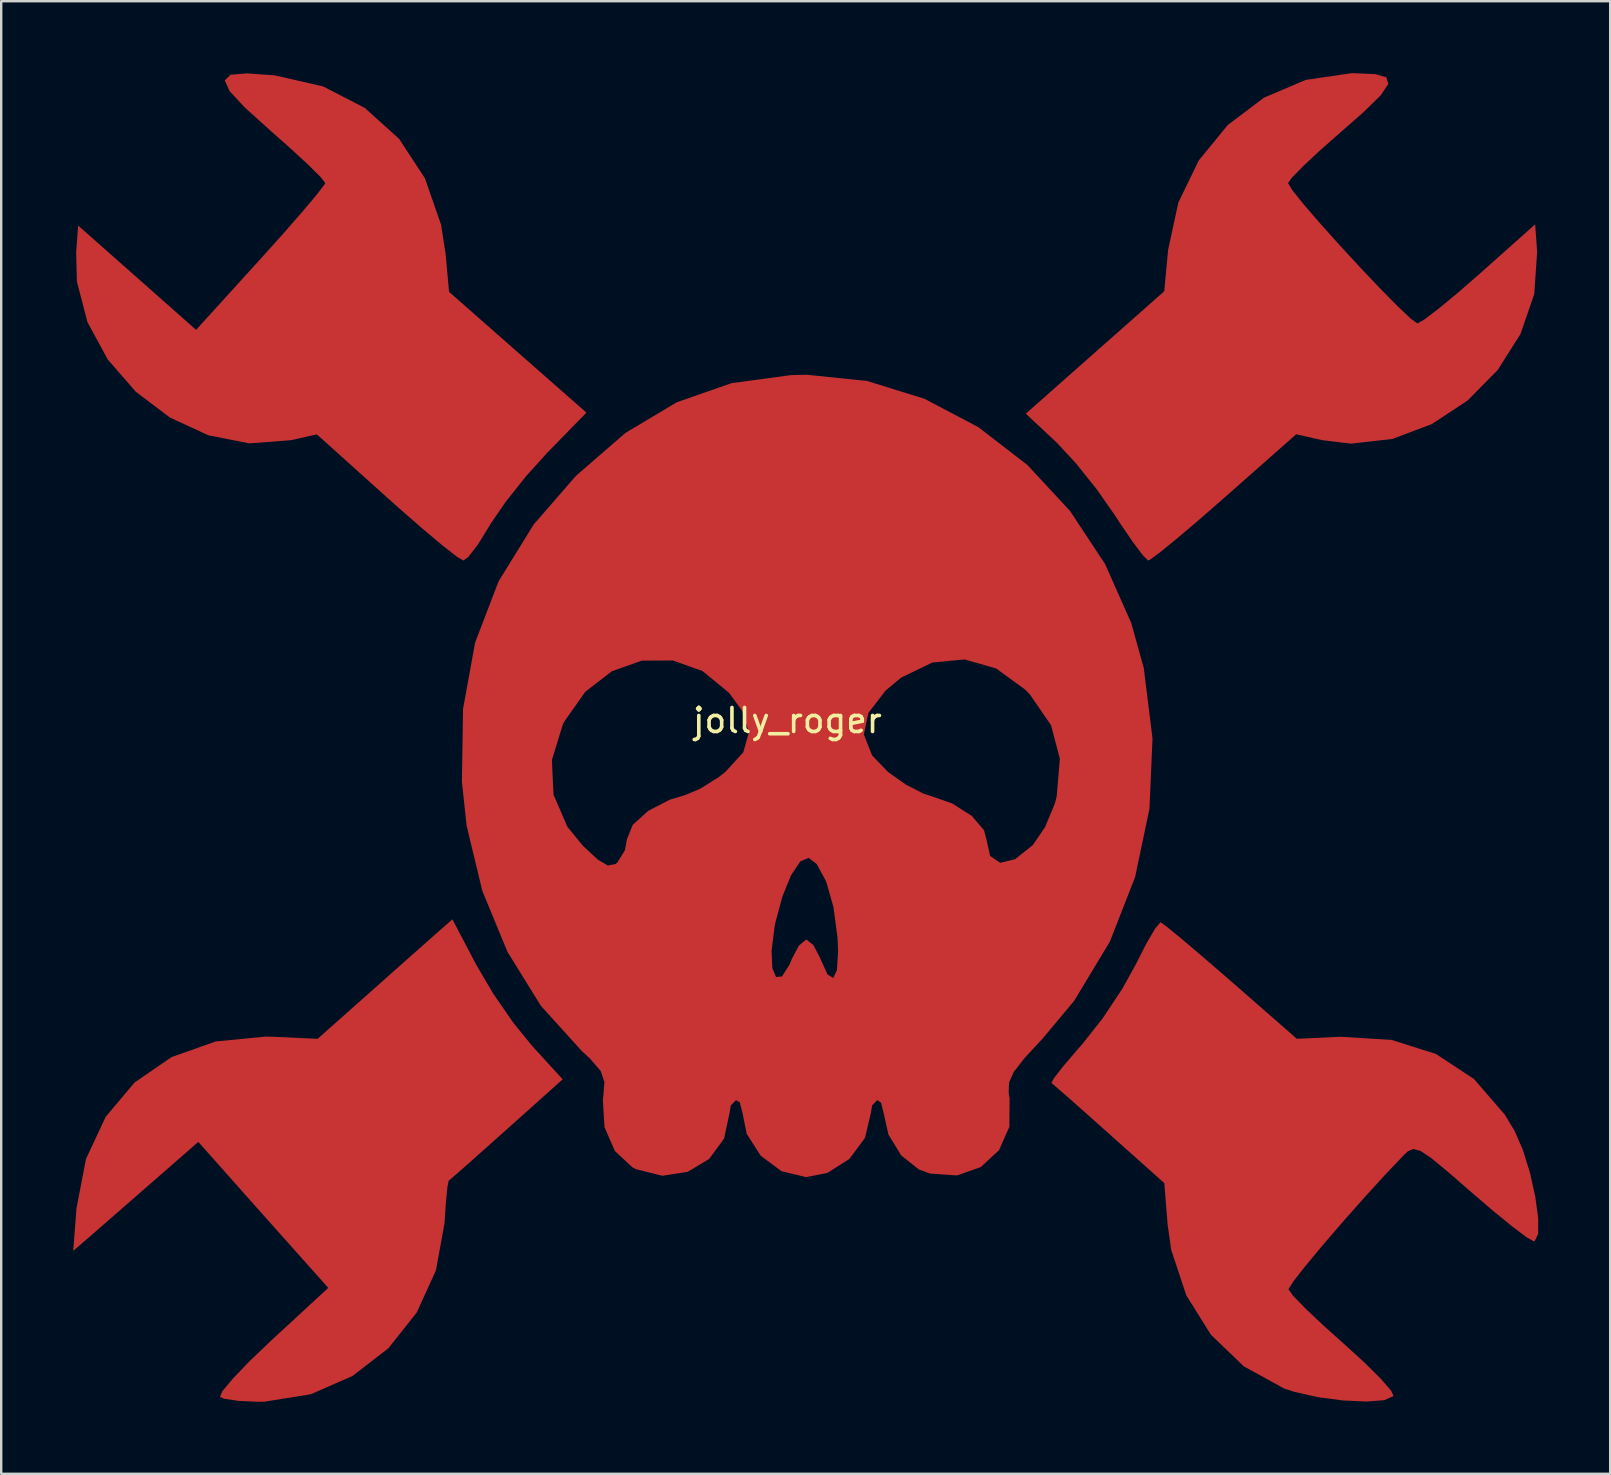
<source format=kicad_pcb>
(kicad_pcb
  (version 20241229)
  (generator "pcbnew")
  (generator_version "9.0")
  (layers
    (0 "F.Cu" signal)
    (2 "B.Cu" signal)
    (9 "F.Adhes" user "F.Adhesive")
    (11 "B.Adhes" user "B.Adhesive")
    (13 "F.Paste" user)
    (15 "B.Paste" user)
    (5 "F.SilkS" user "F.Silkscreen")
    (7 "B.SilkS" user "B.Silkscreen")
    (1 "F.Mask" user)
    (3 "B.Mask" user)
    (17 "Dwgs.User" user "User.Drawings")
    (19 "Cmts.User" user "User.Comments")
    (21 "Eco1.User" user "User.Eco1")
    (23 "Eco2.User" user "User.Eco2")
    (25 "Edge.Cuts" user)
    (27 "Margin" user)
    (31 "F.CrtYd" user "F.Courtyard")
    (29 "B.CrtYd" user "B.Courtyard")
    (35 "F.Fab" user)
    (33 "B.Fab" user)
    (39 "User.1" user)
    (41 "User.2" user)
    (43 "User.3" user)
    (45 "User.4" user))
  (footprint "jolly_roger"
    (layer "F.Cu")
    (at 29.749 26.465)
    (property "Reference" "jolly_roger" (at 0 0.5 0) (layer "F.SilkS") (effects (font (size 1 1) (thickness 0.15))))
    (attr through_hole)
    (pad "1" smd custom (at 0 0) (size 0.001 0.001) (layers "F.Cu" "F.Mask" "F.Paste") (options (anchor rect)) (primitives (gr_poly (pts (xy -12.942 10.707) (xy -12.254 11.874) (xy -11.426 13.075) (xy -10.645 14.04) (xy -9.361 15.445) (xy -11.699 17.537) (xy -12.619 18.358) (xy -13.382 19.036) (xy -13.907 19.497) (xy -14.111 19.67) (xy -14.163 19.936) (xy -14.226 20.591) (xy -14.283 21.44) (xy -14.64 23.402) (xy -15.439 25.157) (xy -16.617 26.643) (xy -18.109 27.798) (xy -19.851 28.562) (xy -21.78 28.872) (xy -22.023 28.876) (xy -22.857 28.841) (xy -23.46 28.751) (xy -23.638 28.677) (xy -23.532 28.43) (xy -23.094 27.906) (xy -22.396 27.179) (xy -21.505 26.327) (xy -21.481 26.305) (xy -19.125 24.132) (xy -20.725 22.338) (xy -21.619 21.335) (xy -22.538 20.303) (xy -23.308 19.436) (xy -23.432 19.297) (xy -24.539 18.051) (xy -26.507 19.769) (xy -27.435 20.579) (xy -28.28 21.316) (xy -28.914 21.868) (xy -29.112 22.04) (xy -29.749 22.593) (xy -29.613 20.817) (xy -29.218 18.764) (xy -28.396 17.004) (xy -27.193 15.576) (xy -25.651 14.518) (xy -23.816 13.868) (xy -21.73 13.664) (xy -21.409 13.673) (xy -19.569 13.758) (xy -17.338 11.776) (xy -16.372 10.918) (xy -15.501 10.145) (xy -14.835 9.555) (xy -14.531 9.286) (xy -13.955 8.779) (xy -12.942 10.707)) (width 0) (fill yes))))
    (pad "2" smd custom (at 0 0) (size 0.001 0.001) (layers "F.Cu" "F.Mask" "F.Paste") (options (anchor rect)) (primitives (gr_poly (pts (xy 15.808 9.092) (xy 16.387 9.565) (xy 17.208 10.26) (xy 18.193 11.11) (xy 18.476 11.356) (xy 21.221 13.756) (xy 23.037 13.672) (xy 25.159 13.801) (xy 27.017 14.389) (xy 28.597 15.429) (xy 29.882 16.913) (xy 30.289 17.589) (xy 30.639 18.389) (xy 30.934 19.347) (xy 31.154 20.335) (xy 31.274 21.223) (xy 31.274 21.883) (xy 31.129 22.185) (xy 31.091 22.192) (xy 30.794 22.025) (xy 30.191 21.571) (xy 29.37 20.901) (xy 28.492 20.148) (xy 27.492 19.278) (xy 26.809 18.717) (xy 26.362 18.421) (xy 26.068 18.345) (xy 25.843 18.444) (xy 25.667 18.61) (xy 24.866 19.456) (xy 23.983 20.425) (xy 23.091 21.433) (xy 22.262 22.397) (xy 21.569 23.232) (xy 21.083 23.854) (xy 20.877 24.178) (xy 20.875 24.195) (xy 21.073 24.469) (xy 21.596 25.008) (xy 22.361 25.729) (xy 23.146 26.431) (xy 24.032 27.236) (xy 24.727 27.927) (xy 25.154 28.424) (xy 25.249 28.637) (xy 24.869 28.809) (xy 24.117 28.867) (xy 23.139 28.821) (xy 22.084 28.681) (xy 21.098 28.457) (xy 20.675 28.316) (xy 19.013 27.401) (xy 17.641 26.083) (xy 16.615 24.44) (xy 15.988 22.548) (xy 15.839 21.497) (xy 15.7 19.768) (xy 13.398 17.712) (xy 12.482 16.895) (xy 11.72 16.221) (xy 11.197 15.763) (xy 10.997 15.594) (xy 11.114 15.382) (xy 11.512 14.874) (xy 12.114 14.171) (xy 12.281 13.982) (xy 13.126 12.914) (xy 13.953 11.67) (xy 14.519 10.644) (xy 14.953 9.79) (xy 15.314 9.173) (xy 15.535 8.908) (xy 15.552 8.906) (xy 15.808 9.092)) (width 0) (fill yes))))
    (pad "3" smd custom (at 0 0) (size 0.001 0.001) (layers "F.Cu" "F.Mask" "F.Paste") (options (anchor rect)) (primitives (gr_poly (pts (xy 3.319 -13.645) (xy 5.715 -12.901) (xy 7.959 -11.718) (xy 9.996 -10.146) (xy 11.773 -8.231) (xy 13.233 -6.02) (xy 14.324 -3.562) (xy 14.845 -1.688) (xy 15.209 1.247) (xy 15.082 4.174) (xy 14.484 7.018) (xy 13.434 9.706) (xy 11.953 12.163) (xy 10.643 13.734) (xy 9.879 14.56) (xy 9.432 15.132) (xy 9.234 15.574) (xy 9.217 16.005) (xy 9.255 16.243) (xy 9.246 17.421) (xy 8.814 18.398) (xy 8.055 19.099) (xy 7.067 19.449) (xy 5.947 19.371) (xy 5.474 19.198) (xy 4.745 18.619) (xy 4.208 17.745) (xy 4.011 16.857) (xy 3.901 16.416) (xy 3.743 16.309) (xy 3.528 16.534) (xy 3.476 16.857) (xy 3.231 17.888) (xy 2.583 18.76) (xy 1.664 19.344) (xy 0.776 19.518) (xy -0.243 19.273) (xy -1.11 18.628) (xy -1.695 17.715) (xy -1.872 16.832) (xy -1.986 16.404) (xy -2.139 16.309) (xy -2.358 16.533) (xy -2.406 16.832) (xy -2.639 17.918) (xy -3.262 18.762) (xy -4.157 19.299) (xy -5.211 19.462) (xy -6.308 19.188) (xy -6.447 19.117) (xy -7.183 18.435) (xy -7.619 17.437) (xy -7.687 16.29) (xy -7.669 16.158) (xy -7.622 15.557) (xy -7.779 15.093) (xy -8.227 14.578) (xy -8.571 14.259) (xy -10.27 12.381) (xy -11.662 10.13) (xy -11.679 10.089) (xy -0.659 10.089) (xy -0.628 10.807) (xy -0.474 11.183) (xy -0.226 11.16) (xy 0.082 10.678) (xy 0.186 10.427) (xy 0.48 9.873) (xy 0.779 9.626) (xy 0.793 9.625) (xy 1.083 9.851) (xy 1.366 10.397) (xy 1.377 10.427) (xy 1.673 11.078) (xy 1.91 11.223) (xy 2.064 10.892) (xy 2.113 10.112) (xy 2.09 9.558) (xy 1.919 8.27) (xy 1.616 7.206) (xy 1.222 6.478) (xy 0.885 6.219) (xy 0.54 6.364) (xy 0.159 6.932) (xy -0.204 7.816) (xy -0.499 8.911) (xy -0.534 9.088) (xy -0.659 10.089) (xy -11.679 10.089) (xy -12.706 7.601) (xy -13.361 4.883) (xy -13.559 3.05) (xy -13.544 2.147) (xy -9.81 2.147) (xy -9.742 3.589) (xy -9.162 4.93) (xy -8.521 5.712) (xy -7.888 6.301) (xy -7.477 6.538) (xy -7.171 6.48) (xy -7.085 6.416) (xy -6.766 5.899) (xy -6.684 5.444) (xy -6.442 4.846) (xy -5.801 4.263) (xy -4.893 3.794) (xy -4.27 3.608) (xy -3.637 3.344) (xy -2.87 2.862) (xy -2.588 2.643) (xy -1.836 1.821) (xy -1.629 1.079) (xy 3.184 1.079) (xy 3.528 1.951) (xy 4.192 2.643) (xy 4.94 3.171) (xy 5.656 3.539) (xy 5.874 3.608) (xy 6.871 3.956) (xy 7.687 4.477) (xy 8.191 5.07) (xy 8.288 5.433) (xy 8.445 6.142) (xy 8.866 6.426) (xy 9.484 6.276) (xy 10.227 5.683) (xy 10.228 5.682) (xy 10.734 4.937) (xy 11.136 3.971) (xy 11.219 3.658) (xy 11.35 2.092) (xy 10.984 0.698) (xy 10.106 -0.581) (xy 9.907 -0.788) (xy 8.697 -1.669) (xy 7.384 -2.046) (xy 6.04 -1.919) (xy 4.739 -1.289) (xy 4.095 -0.754) (xy 3.373 0.181) (xy 3.184 1.079) (xy -1.629 1.079) (xy -1.603 0.986) (xy -1.887 0.087) (xy -2.431 -0.655) (xy -3.536 -1.563) (xy -4.778 -2.004) (xy -6.067 -1.996) (xy -7.31 -1.555) (xy -8.418 -0.701) (xy -9.3 0.552) (xy -9.355 0.663) (xy -9.81 2.147) (xy -13.544 2.147) (xy -13.511 0.02) (xy -13.008 -2.749) (xy -12.032 -5.297) (xy -10.569 -7.666) (xy -8.812 -9.69) (xy -6.749 -11.48) (xy -4.605 -12.76) (xy -2.325 -13.555) (xy 0.148 -13.889) (xy 0.825 -13.903) (xy 3.319 -13.645)) (width 0) (fill yes))))
    (pad "4" smd custom (at 0 0) (size 0.001 0.001) (layers "F.Cu" "F.Mask" "F.Paste") (options (anchor rect)) (primitives (gr_poly (pts (xy -21.385 -26.377) (xy -21.351 -26.374) (xy -19.343 -25.916) (xy -17.602 -25.019) (xy -16.172 -23.728) (xy -15.099 -22.09) (xy -14.425 -20.15) (xy -14.237 -18.936) (xy -14.094 -17.358) (xy -11.233 -14.842) (xy -8.372 -12.327) (xy -10.016 -10.642) (xy -10.897 -9.666) (xy -11.732 -8.616) (xy -12.364 -7.695) (xy -12.447 -7.553) (xy -12.906 -6.811) (xy -13.298 -6.308) (xy -13.502 -6.164) (xy -13.786 -6.339) (xy -14.387 -6.811) (xy -15.227 -7.517) (xy -16.23 -8.393) (xy -16.685 -8.799) (xy -19.6 -11.422) (xy -20.684 -11.178) (xy -22.416 -11.047) (xy -24.12 -11.383) (xy -25.72 -12.121) (xy -27.142 -13.196) (xy -28.312 -14.542) (xy -29.155 -16.094) (xy -29.596 -17.787) (xy -29.627 -19.006) (xy -29.544 -20.12) (xy -27.088 -17.947) (xy -24.632 -15.775) (xy -21.941 -18.736) (xy -21 -19.784) (xy -20.203 -20.696) (xy -19.612 -21.398) (xy -19.291 -21.816) (xy -19.251 -21.894) (xy -19.441 -22.137) (xy -19.957 -22.649) (xy -20.718 -23.351) (xy -21.527 -24.067) (xy -22.6 -25.035) (xy -23.238 -25.723) (xy -23.438 -26.167) (xy -23.198 -26.4) (xy -22.514 -26.459) (xy -21.385 -26.377)) (width 0) (fill yes))))
    (pad "5" smd custom (at 0 0) (size 0.001 0.001) (layers "F.Cu" "F.Mask" "F.Paste") (options (anchor rect)) (primitives (gr_poly (pts (xy 24.477 -26.429) (xy 24.949 -26.295) (xy 25.032 -26.018) (xy 24.718 -25.548) (xy 23.995 -24.84) (xy 23.13 -24.081) (xy 22.219 -23.279) (xy 21.482 -22.591) (xy 21.001 -22.098) (xy 20.855 -21.889) (xy 21.028 -21.599) (xy 21.494 -21.016) (xy 22.174 -20.229) (xy 22.986 -19.322) (xy 23.851 -18.383) (xy 24.69 -17.499) (xy 25.421 -16.756) (xy 25.966 -16.242) (xy 26.243 -16.042) (xy 26.246 -16.042) (xy 26.541 -16.211) (xy 27.141 -16.669) (xy 27.957 -17.344) (xy 28.831 -18.106) (xy 31.148 -20.17) (xy 31.231 -19.031) (xy 31.111 -17.268) (xy 30.538 -15.603) (xy 29.587 -14.102) (xy 28.332 -12.83) (xy 26.846 -11.851) (xy 25.204 -11.231) (xy 23.48 -11.035) (xy 22.283 -11.179) (xy 21.193 -11.424) (xy 18.206 -8.787) (xy 17.148 -7.864) (xy 16.229 -7.084) (xy 15.523 -6.509) (xy 15.105 -6.201) (xy 15.029 -6.165) (xy 14.808 -6.382) (xy 14.383 -6.947) (xy 13.835 -7.753) (xy 13.636 -8.061) (xy 12.878 -9.143) (xy 12.016 -10.219) (xy 11.229 -11.068) (xy 11.182 -11.112) (xy 9.931 -12.284) (xy 12.814 -14.834) (xy 15.698 -17.383) (xy 15.859 -19.106) (xy 16.285 -21.077) (xy 17.135 -22.831) (xy 18.345 -24.308) (xy 19.852 -25.447) (xy 21.589 -26.186) (xy 23.493 -26.465) (xy 23.626 -26.465) (xy 24.477 -26.429)) (width 0) (fill yes)))))
  (gr_rect
    (start -3 -3)
    (end 64.023 58.341)
    (stroke (width 0.1) (type default))
    (fill no)
    (layer "Edge.Cuts")))
</source>
